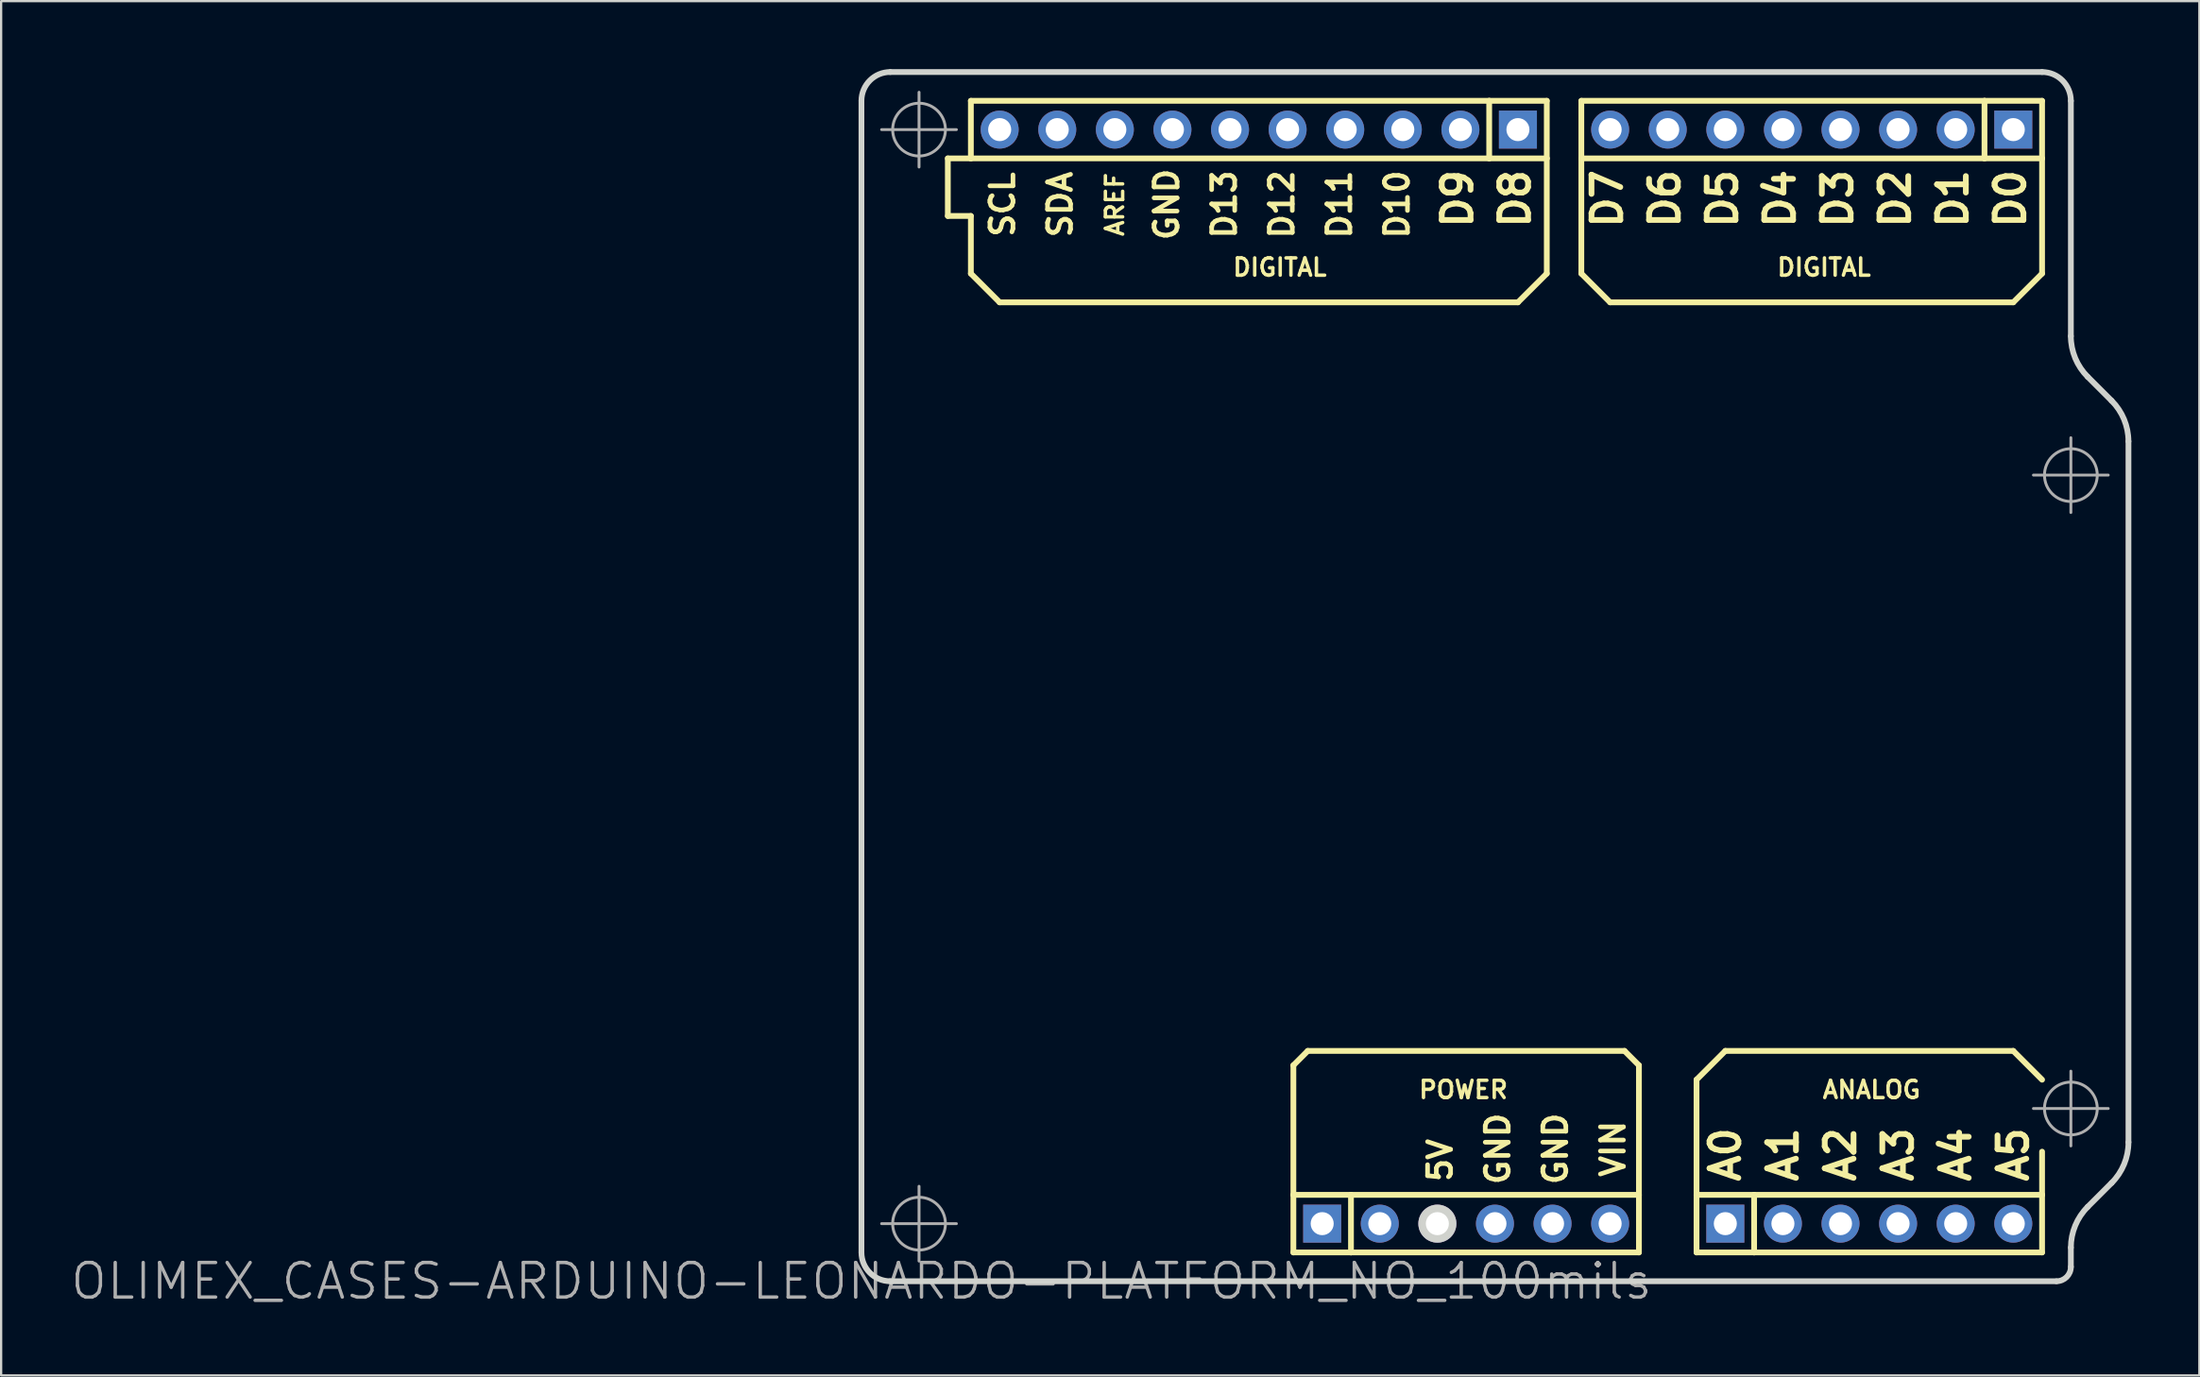
<source format=kicad_pcb>
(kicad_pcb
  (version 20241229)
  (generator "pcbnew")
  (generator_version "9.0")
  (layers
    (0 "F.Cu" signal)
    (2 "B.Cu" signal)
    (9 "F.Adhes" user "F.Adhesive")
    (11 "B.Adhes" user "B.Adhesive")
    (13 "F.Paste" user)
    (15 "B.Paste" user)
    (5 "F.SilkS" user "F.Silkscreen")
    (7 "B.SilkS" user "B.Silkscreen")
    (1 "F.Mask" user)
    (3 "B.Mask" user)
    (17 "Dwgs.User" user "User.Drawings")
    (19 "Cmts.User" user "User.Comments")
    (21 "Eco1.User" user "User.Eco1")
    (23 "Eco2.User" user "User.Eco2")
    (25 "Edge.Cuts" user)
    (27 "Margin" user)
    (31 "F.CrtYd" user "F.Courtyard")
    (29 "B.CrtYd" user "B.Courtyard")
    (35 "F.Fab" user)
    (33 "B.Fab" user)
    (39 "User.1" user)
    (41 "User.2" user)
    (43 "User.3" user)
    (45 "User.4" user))
  (footprint "OLIMEX_CASES-ARDUINO-LEONARDO-PLATFORM_NO_100mils"
    (layer "F.Cu")
    (at 34.943 53.467)
    (property "Reference" "OLIMEX_CASES-ARDUINO-LEONARDO-PLATFORM_NO_100mils" (at 0 0 0) (layer "F.Fab") (effects (font (size 1.524 1.524) (thickness 0.15))))
    (attr exclude_from_pos_files exclude_from_bom)
    (fp_line (start 3.81 -49.53) (end 3.81 -46.99) (stroke (width 0.254) (type solid)) (layer "F.SilkS"))
    (fp_line (start 3.81 -46.99) (end 4.826 -46.99) (stroke (width 0.254) (type solid)) (layer "F.SilkS"))
    (fp_line (start 4.826 -52.07) (end 27.686 -52.07) (stroke (width 0.254) (type solid)) (layer "F.SilkS"))
    (fp_line (start 4.826 -49.53) (end 3.81 -49.53) (stroke (width 0.254) (type solid)) (layer "F.SilkS"))
    (fp_line (start 4.826 -49.53) (end 4.826 -52.07) (stroke (width 0.254) (type solid)) (layer "F.SilkS"))
    (fp_line (start 4.826 -46.99) (end 4.826 -44.45) (stroke (width 0.254) (type solid)) (layer "F.SilkS"))
    (fp_line (start 4.826 -44.45) (end 6.096 -43.18) (stroke (width 0.254) (type solid)) (layer "F.SilkS"))
    (fp_line (start 19.05 -9.525) (end 19.685 -10.16) (stroke (width 0.254) (type solid)) (layer "F.SilkS"))
    (fp_line (start 19.05 -3.81) (end 19.05 -9.525) (stroke (width 0.254) (type solid)) (layer "F.SilkS"))
    (fp_line (start 19.05 -3.81) (end 21.59 -3.81) (stroke (width 0.254) (type solid)) (layer "F.SilkS"))
    (fp_line (start 19.05 -1.27) (end 19.05 -3.81) (stroke (width 0.254) (type solid)) (layer "F.SilkS"))
    (fp_line (start 19.685 -10.16) (end 33.655 -10.16) (stroke (width 0.254) (type solid)) (layer "F.SilkS"))
    (fp_line (start 21.59 -3.81) (end 21.59 -1.27) (stroke (width 0.254) (type solid)) (layer "F.SilkS"))
    (fp_line (start 21.59 -3.81) (end 34.29 -3.81) (stroke (width 0.254) (type solid)) (layer "F.SilkS"))
    (fp_line (start 21.59 -1.27) (end 19.05 -1.27) (stroke (width 0.254) (type solid)) (layer "F.SilkS"))
    (fp_line (start 27.686 -52.07) (end 30.226 -52.07) (stroke (width 0.254) (type solid)) (layer "F.SilkS"))
    (fp_line (start 27.686 -49.53) (end 4.826 -49.53) (stroke (width 0.254) (type solid)) (layer "F.SilkS"))
    (fp_line (start 27.686 -49.53) (end 27.686 -52.07) (stroke (width 0.254) (type solid)) (layer "F.SilkS"))
    (fp_line (start 28.953 -43.18) (end 6.096 -43.18) (stroke (width 0.254) (type solid)) (layer "F.SilkS"))
    (fp_line (start 30.226 -52.07) (end 30.226 -49.53) (stroke (width 0.254) (type solid)) (layer "F.SilkS"))
    (fp_line (start 30.226 -49.53) (end 27.686 -49.53) (stroke (width 0.254) (type solid)) (layer "F.SilkS"))
    (fp_line (start 30.226 -49.53) (end 30.226 -44.45) (stroke (width 0.254) (type solid)) (layer "F.SilkS"))
    (fp_line (start 30.226 -44.45) (end 28.953 -43.18) (stroke (width 0.254) (type solid)) (layer "F.SilkS"))
    (fp_line (start 31.75 -52.07) (end 49.53 -52.07) (stroke (width 0.254) (type solid)) (layer "F.SilkS"))
    (fp_line (start 31.75 -49.53) (end 31.75 -52.07) (stroke (width 0.254) (type solid)) (layer "F.SilkS"))
    (fp_line (start 31.75 -49.53) (end 31.75 -44.45) (stroke (width 0.254) (type solid)) (layer "F.SilkS"))
    (fp_line (start 31.75 -44.45) (end 33.02 -43.18) (stroke (width 0.254) (type solid)) (layer "F.SilkS"))
    (fp_line (start 33.655 -10.16) (end 34.29 -9.525) (stroke (width 0.254) (type solid)) (layer "F.SilkS"))
    (fp_line (start 34.29 -3.81) (end 34.29 -9.525) (stroke (width 0.254) (type solid)) (layer "F.SilkS"))
    (fp_line (start 34.29 -3.81) (end 34.29 -1.27) (stroke (width 0.254) (type solid)) (layer "F.SilkS"))
    (fp_line (start 34.29 -1.27) (end 21.59 -1.27) (stroke (width 0.254) (type solid)) (layer "F.SilkS"))
    (fp_line (start 36.83 -8.89) (end 38.1 -10.16) (stroke (width 0.254) (type solid)) (layer "F.SilkS"))
    (fp_line (start 36.83 -3.81) (end 36.83 -8.89) (stroke (width 0.254) (type solid)) (layer "F.SilkS"))
    (fp_line (start 36.83 -3.81) (end 39.37 -3.81) (stroke (width 0.254) (type solid)) (layer "F.SilkS"))
    (fp_line (start 36.83 -1.27) (end 36.83 -3.81) (stroke (width 0.254) (type solid)) (layer "F.SilkS"))
    (fp_line (start 38.1 -10.16) (end 50.8 -10.16) (stroke (width 0.254) (type solid)) (layer "F.SilkS"))
    (fp_line (start 39.37 -3.81) (end 39.37 -1.27) (stroke (width 0.254) (type solid)) (layer "F.SilkS"))
    (fp_line (start 39.37 -3.81) (end 52.07 -3.81) (stroke (width 0.254) (type solid)) (layer "F.SilkS"))
    (fp_line (start 39.37 -1.27) (end 36.83 -1.27) (stroke (width 0.254) (type solid)) (layer "F.SilkS"))
    (fp_line (start 49.53 -52.07) (end 52.07 -52.07) (stroke (width 0.254) (type solid)) (layer "F.SilkS"))
    (fp_line (start 49.53 -49.53) (end 31.75 -49.53) (stroke (width 0.254) (type solid)) (layer "F.SilkS"))
    (fp_line (start 49.53 -49.53) (end 49.53 -52.07) (stroke (width 0.254) (type solid)) (layer "F.SilkS"))
    (fp_line (start 50.8 -43.18) (end 33.02 -43.18) (stroke (width 0.254) (type solid)) (layer "F.SilkS"))
    (fp_line (start 52.07 -52.07) (end 52.07 -49.53) (stroke (width 0.254) (type solid)) (layer "F.SilkS"))
    (fp_line (start 52.07 -49.53) (end 49.53 -49.53) (stroke (width 0.254) (type solid)) (layer "F.SilkS"))
    (fp_line (start 52.07 -49.53) (end 52.07 -44.45) (stroke (width 0.254) (type solid)) (layer "F.SilkS"))
    (fp_line (start 52.07 -44.45) (end 50.8 -43.18) (stroke (width 0.254) (type solid)) (layer "F.SilkS"))
    (fp_line (start 52.07 -8.89) (end 50.8 -10.16) (stroke (width 0.254) (type solid)) (layer "F.SilkS"))
    (fp_line (start 52.07 -3.81) (end 52.07 -5.715) (stroke (width 0.254) (type solid)) (layer "F.SilkS"))
    (fp_line (start 52.07 -3.81) (end 52.07 -1.27) (stroke (width 0.254) (type solid)) (layer "F.SilkS"))
    (fp_line (start 52.07 -1.27) (end 39.37 -1.27) (stroke (width 0.254) (type solid)) (layer "F.SilkS"))
    (fp_line (start 0 -1.27) (end 0 -52.07) (stroke (width 0.254) (type solid)) (layer "Edge.Cuts"))
    (fp_line (start 1.27 -53.34) (end 52.07 -53.34) (stroke (width 0.254) (type solid)) (layer "Edge.Cuts"))
    (fp_line (start 52.705 0) (end 1.27 0) (stroke (width 0.254) (type solid)) (layer "Edge.Cuts"))
    (fp_line (start 53.34 -52.07) (end 53.34 -41.692) (stroke (width 0.254) (type solid)) (layer "Edge.Cuts"))
    (fp_line (start 53.34 -1.486) (end 53.34 -0.635) (stroke (width 0.254) (type solid)) (layer "Edge.Cuts"))
    (fp_line (start 54.082 -39.896) (end 55.136 -38.842) (stroke (width 0.254) (type solid)) (layer "Edge.Cuts"))
    (fp_line (start 55.136 -4.336) (end 54.082 -3.282) (stroke (width 0.254) (type solid)) (layer "Edge.Cuts"))
    (fp_line (start 55.88 -37.046) (end 55.88 -6.132) (stroke (width 0.254) (type solid)) (layer "Edge.Cuts"))
    (fp_arc (start 0 -52.07) (mid 0.371974 -52.968026) (end 1.27 -53.34) (stroke (width 0.254) (type solid)) (layer "Edge.Cuts"))
    (fp_arc (start 1.27 0) (mid 0.371974 -0.371974) (end 0 -1.27) (stroke (width 0.254) (type solid)) (layer "Edge.Cuts"))
    (fp_arc (start 52.07 -53.34) (mid 52.968026 -52.968026) (end 53.34 -52.07) (stroke (width 0.254) (type solid)) (layer "Edge.Cuts"))
    (fp_arc (start 53.34 -1.4859) (mid 53.532499 -2.455868) (end 54.080817 -3.278814) (stroke (width 0.254) (type solid)) (layer "Edge.Cuts"))
    (fp_arc (start 53.34 -0.635) (mid 53.154013 -0.185987) (end 52.705 0) (stroke (width 0.254) (type solid)) (layer "Edge.Cuts"))
    (fp_arc (start 54.08168 -39.89578) (mid 53.532202 -40.718613) (end 53.338588 -41.68892) (stroke (width 0.254) (type solid)) (layer "Edge.Cuts"))
    (fp_arc (start 55.13578 -38.84168) (mid 55.685451 -38.019816) (end 55.879613 -37.050332) (stroke (width 0.254) (type solid)) (layer "Edge.Cuts"))
    (fp_arc (start 55.88 -6.13156) (mid 55.687501 -5.161592) (end 55.139183 -4.338646) (stroke (width 0.254) (type solid)) (layer "Edge.Cuts"))
    (fp_line (start 0.889 -50.8) (end 4.188 -50.8) (stroke (width 0.127) (type solid)) (layer "F.Fab"))
    (fp_line (start 0.889 -2.54) (end 4.188 -2.54) (stroke (width 0.127) (type solid)) (layer "F.Fab"))
    (fp_line (start 2.54 -49.149) (end 2.54 -52.448) (stroke (width 0.127) (type solid)) (layer "F.Fab"))
    (fp_line (start 2.54 -0.889) (end 2.54 -4.188) (stroke (width 0.127) (type solid)) (layer "F.Fab"))
    (fp_line (start 51.689 -35.56) (end 54.988 -35.56) (stroke (width 0.127) (type solid)) (layer "F.Fab"))
    (fp_line (start 51.689 -7.62) (end 54.988 -7.62) (stroke (width 0.127) (type solid)) (layer "F.Fab"))
    (fp_line (start 53.34 -33.909) (end 53.34 -37.208) (stroke (width 0.127) (type solid)) (layer "F.Fab"))
    (fp_line (start 53.34 -5.969) (end 53.34 -9.268) (stroke (width 0.127) (type solid)) (layer "F.Fab"))
    (fp_circle (center 2.54 -50.8) (end 3.363 -51.623) (stroke (width 0.127) (type solid)) (fill no) (layer "F.Fab"))
    (fp_circle (center 2.54 -2.54) (end 3.363 -3.363) (stroke (width 0.127) (type solid)) (fill no) (layer "F.Fab"))
    (fp_circle (center 53.34 -35.56) (end 54.163 -36.383) (stroke (width 0.127) (type solid)) (fill no) (layer "F.Fab"))
    (fp_circle (center 53.34 -7.62) (end 54.163 -8.443) (stroke (width 0.127) (type solid)) (fill no) (layer "F.Fab"))
    (fp_text user "D6" (at 35.433 -47.752 270) (layer "F.SilkS") (effects (font (size 1.27 1.27) (thickness 0.254))))
    (fp_text user "D8" (at 28.826 -47.752 270) (layer "F.SilkS") (effects (font (size 1.27 1.27) (thickness 0.254))))
    (fp_text user "GND" (at 28.067 -5.842 90) (layer "F.SilkS") (effects (font (size 1.016 1.016) (thickness 0.203))))
    (fp_text user "D12" (at 18.542 -47.498 270) (layer "F.SilkS") (effects (font (size 1.016 1.016) (thickness 0.203))))
    (fp_text user "ANALOG" (at 44.552 -8.448 0) (layer "F.SilkS") (effects (font (size 0.762 0.762) (thickness 0.152))))
    (fp_text user "D13" (at 16.002 -47.498 270) (layer "F.SilkS") (effects (font (size 1.016 1.016) (thickness 0.203))))
    (fp_text user "A5" (at 50.8 -5.588 90) (layer "F.SilkS") (effects (font (size 1.27 1.27) (thickness 0.254))))
    (fp_text user "GND" (at 13.462 -47.498 270) (layer "F.SilkS") (effects (font (size 1.016 1.016) (thickness 0.203))))
    (fp_text user "AREF" (at 11.176 -47.498 270) (layer "F.SilkS") (effects (font (size 0.762 0.762) (thickness 0.152))))
    (fp_text user "VIN" (at 33.147 -5.842 90) (layer "F.SilkS") (effects (font (size 1.016 1.016) (thickness 0.203))))
    (fp_text user "A2" (at 43.18 -5.588 90) (layer "F.SilkS") (effects (font (size 1.27 1.27) (thickness 0.254))))
    (fp_text user "D1" (at 48.133 -47.752 270) (layer "F.SilkS") (effects (font (size 1.27 1.27) (thickness 0.254))))
    (fp_text user "D11" (at 21.082 -47.498 270) (layer "F.SilkS") (effects (font (size 1.016 1.016) (thickness 0.203))))
    (fp_text user "DIGITAL" (at 42.454 -44.724 0) (layer "F.SilkS") (effects (font (size 0.762 0.762) (thickness 0.152))))
    (fp_text user "D10" (at 23.622 -47.498 270) (layer "F.SilkS") (effects (font (size 1.016 1.016) (thickness 0.203))))
    (fp_text user "A4" (at 48.26 -5.588 90) (layer "F.SilkS") (effects (font (size 1.27 1.27) (thickness 0.254))))
    (fp_text user "D3" (at 43.053 -47.752 270) (layer "F.SilkS") (effects (font (size 1.27 1.27) (thickness 0.254))))
    (fp_text user "D7" (at 32.893 -47.752 270) (layer "F.SilkS") (effects (font (size 1.27 1.27) (thickness 0.254))))
    (fp_text user "D5" (at 37.973 -47.752 270) (layer "F.SilkS") (effects (font (size 1.27 1.27) (thickness 0.254))))
    (fp_text user "SDA" (at 8.763 -47.498 270) (layer "F.SilkS") (effects (font (size 1.016 1.016) (thickness 0.203))))
    (fp_text user "D2" (at 45.593 -47.752 270) (layer "F.SilkS") (effects (font (size 1.27 1.27) (thickness 0.254))))
    (fp_text user "A1" (at 40.64 -5.588 90) (layer "F.SilkS") (effects (font (size 1.27 1.27) (thickness 0.254))))
    (fp_text user "D9" (at 26.289 -47.752 270) (layer "F.SilkS") (effects (font (size 1.27 1.27) (thickness 0.254))))
    (fp_text user "POWER" (at 26.548 -8.448 180) (layer "F.SilkS") (effects (font (size 0.762 0.762) (thickness 0.152))))
    (fp_text user "SCL" (at 6.223 -47.498 270) (layer "F.SilkS") (effects (font (size 1.016 1.016) (thickness 0.203))))
    (fp_text user "D4" (at 40.513 -47.752 270) (layer "F.SilkS") (effects (font (size 1.27 1.27) (thickness 0.254))))
    (fp_text user "D0" (at 50.673 -47.752 270) (layer "F.SilkS") (effects (font (size 1.27 1.27) (thickness 0.254))))
    (fp_text user "A3" (at 45.72 -5.588 90) (layer "F.SilkS") (effects (font (size 1.27 1.27) (thickness 0.254))))
    (fp_text user "5V" (at 25.524 -5.334 90) (layer "F.SilkS") (effects (font (size 1.016 1.016) (thickness 0.203))))
    (fp_text user "GND" (at 30.607 -5.842 90) (layer "F.SilkS") (effects (font (size 1.016 1.016) (thickness 0.203))))
    (fp_text user "A0" (at 38.1 -5.588 90) (layer "F.SilkS") (effects (font (size 1.27 1.27) (thickness 0.254))))
    (fp_text user "DIGITAL" (at 18.451 -44.724 0) (layer "F.SilkS") (effects (font (size 0.762 0.762) (thickness 0.152))))
    (pad "3V3" thru_hole circle (at 22.86 -2.54) (size 1.676 1.676) (drill 1.016) (layers "*.Cu" "*.Mask"))
    (pad "5V" thru_hole circle (at 25.4 -2.54) (size 1.676 1.676) (drill 1.016) (layers "*.Cu" "*.Mask" "Edge.Cuts"))
    (pad "A0" thru_hole rect (at 38.1 -2.54) (size 1.676 1.676) (drill 1.016) (layers "*.Cu" "*.Mask"))
    (pad "A1" thru_hole circle (at 40.64 -2.54) (size 1.676 1.676) (drill 1.016) (layers "*.Cu" "*.Mask"))
    (pad "A2" thru_hole circle (at 43.18 -2.54) (size 1.676 1.676) (drill 1.016) (layers "*.Cu" "*.Mask"))
    (pad "A3" thru_hole circle (at 45.72 -2.54) (size 1.676 1.676) (drill 1.016) (layers "*.Cu" "*.Mask"))
    (pad "A4" thru_hole circle (at 48.26 -2.54) (size 1.676 1.676) (drill 1.016) (layers "*.Cu" "*.Mask"))
    (pad "A5" thru_hole circle (at 50.8 -2.54) (size 1.676 1.676) (drill 1.016) (layers "*.Cu" "*.Mask"))
    (pad "AREF" thru_hole circle (at 11.176 -50.8) (size 1.676 1.676) (drill 1.016) (layers "*.Cu" "*.Mask"))
    (pad "D0" thru_hole rect (at 50.8 -50.8) (size 1.676 1.676) (drill 1.016) (layers "*.Cu" "*.Mask"))
    (pad "D1" thru_hole circle (at 48.26 -50.8) (size 1.676 1.676) (drill 1.016) (layers "*.Cu" "*.Mask"))
    (pad "D2" thru_hole circle (at 45.72 -50.8) (size 1.676 1.676) (drill 1.016) (layers "*.Cu" "*.Mask"))
    (pad "D3" thru_hole circle (at 43.18 -50.8) (size 1.676 1.676) (drill 1.016) (layers "*.Cu" "*.Mask"))
    (pad "D4" thru_hole circle (at 40.64 -50.8) (size 1.676 1.676) (drill 1.016) (layers "*.Cu" "*.Mask"))
    (pad "D5" thru_hole circle (at 38.1 -50.8) (size 1.676 1.676) (drill 1.016) (layers "*.Cu" "*.Mask"))
    (pad "D6" thru_hole circle (at 35.56 -50.8) (size 1.676 1.676) (drill 1.016) (layers "*.Cu" "*.Mask"))
    (pad "D7" thru_hole circle (at 33.02 -50.8) (size 1.676 1.676) (drill 1.016) (layers "*.Cu" "*.Mask"))
    (pad "D8" thru_hole rect (at 28.953 -50.8) (size 1.676 1.676) (drill 1.016) (layers "*.Cu" "*.Mask"))
    (pad "D9" thru_hole circle (at 26.416 -50.8) (size 1.676 1.676) (drill 1.016) (layers "*.Cu" "*.Mask"))
    (pad "D10" thru_hole circle (at 23.876 -50.8) (size 1.676 1.676) (drill 1.016) (layers "*.Cu" "*.Mask"))
    (pad "D11" thru_hole circle (at 21.336 -50.8) (size 1.676 1.676) (drill 1.016) (layers "*.Cu" "*.Mask"))
    (pad "D12" thru_hole circle (at 18.796 -50.8) (size 1.676 1.676) (drill 1.016) (layers "*.Cu" "*.Mask"))
    (pad "D13" thru_hole circle (at 16.256 -50.8) (size 1.676 1.676) (drill 1.016) (layers "*.Cu" "*.Mask"))
    (pad "GND" thru_hole circle (at 27.94 -2.54) (size 1.676 1.676) (drill 1.016) (layers "*.Cu" "*.Mask"))
    (pad "GND@" thru_hole circle (at 13.716 -50.8) (size 1.676 1.676) (drill 1.016) (layers "*.Cu" "*.Mask"))
    (pad "GND@" thru_hole circle (at 30.48 -2.54) (size 1.676 1.676) (drill 1.016) (layers "*.Cu" "*.Mask"))
    (pad "RST" thru_hole rect (at 20.32 -2.54) (size 1.676 1.676) (drill 1.016) (layers "*.Cu" "*.Mask"))
    (pad "SCL" thru_hole circle (at 6.096 -50.8) (size 1.676 1.676) (drill 1.016) (layers "*.Cu" "*.Mask"))
    (pad "SDA" thru_hole circle (at 8.636 -50.8) (size 1.676 1.676) (drill 1.016) (layers "*.Cu" "*.Mask"))
    (pad "VIN" thru_hole circle (at 33.02 -2.54) (size 1.676 1.676) (drill 1.016) (layers "*.Cu" "*.Mask")))
  (gr_rect
    (start -3 -3)
    (end 93.95 57.622)
    (stroke (width 0.1) (type default))
    (fill no)
    (layer "Edge.Cuts")))
</source>
